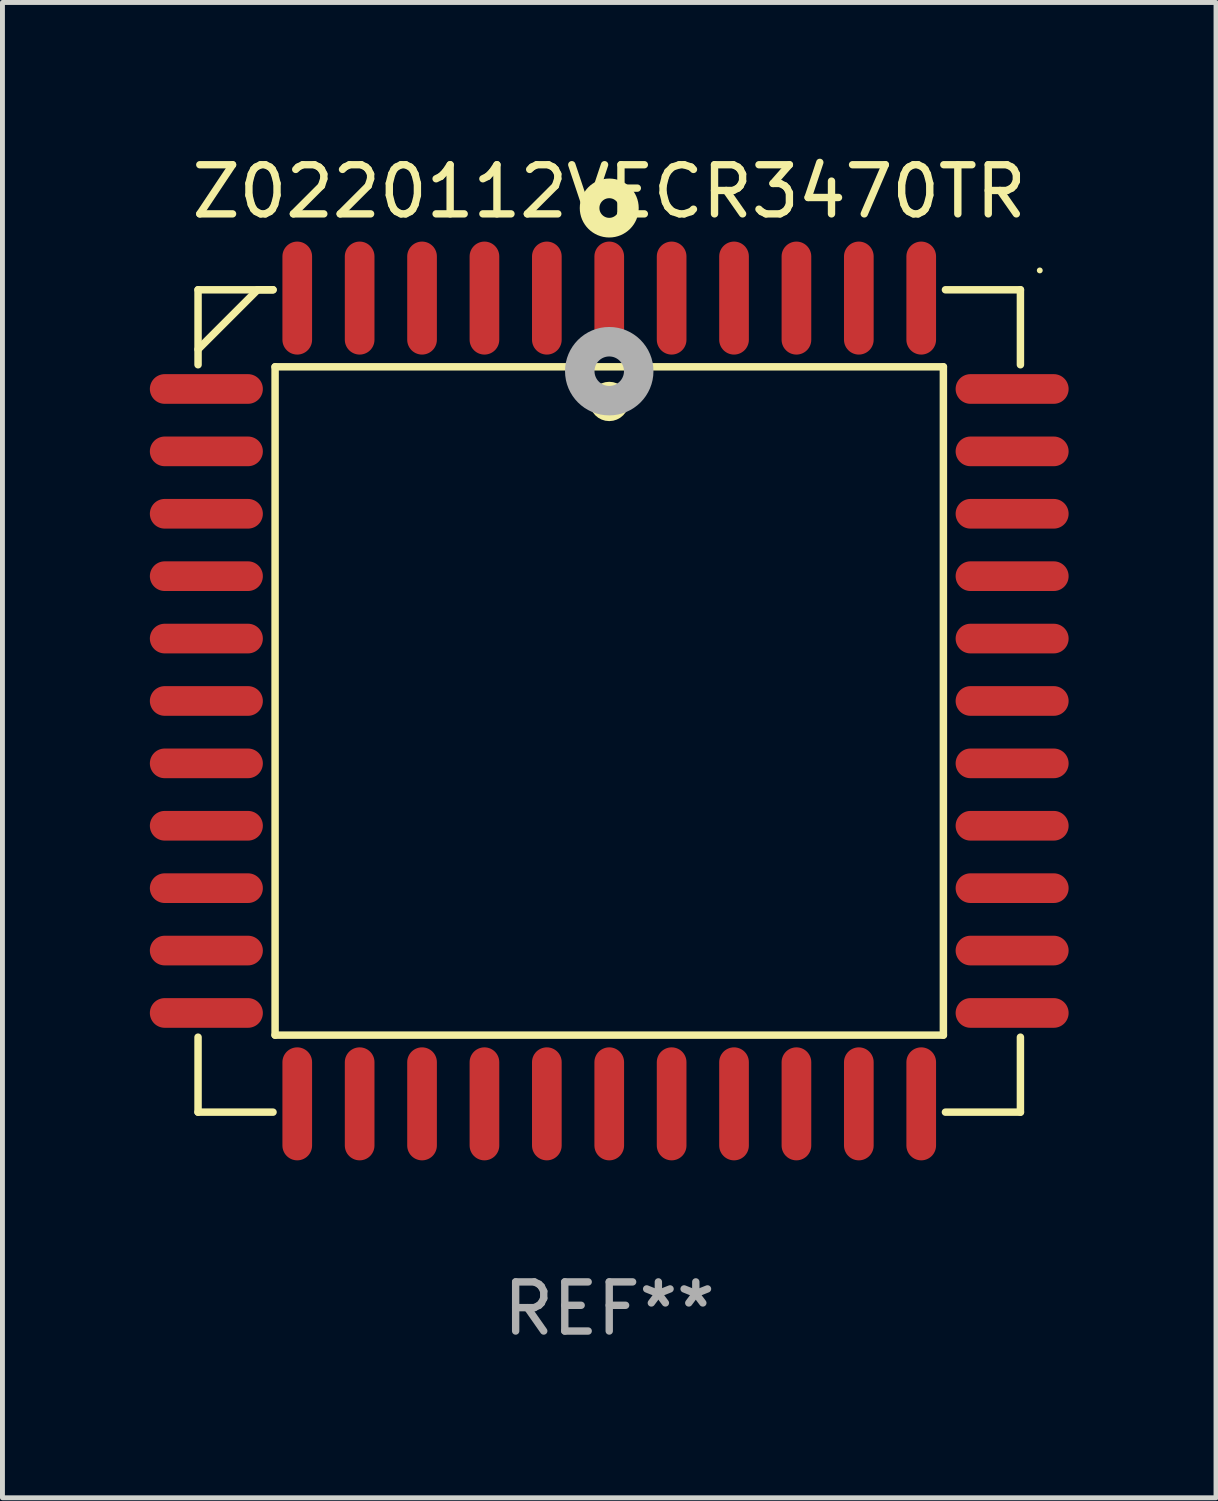
<source format=kicad_pcb>
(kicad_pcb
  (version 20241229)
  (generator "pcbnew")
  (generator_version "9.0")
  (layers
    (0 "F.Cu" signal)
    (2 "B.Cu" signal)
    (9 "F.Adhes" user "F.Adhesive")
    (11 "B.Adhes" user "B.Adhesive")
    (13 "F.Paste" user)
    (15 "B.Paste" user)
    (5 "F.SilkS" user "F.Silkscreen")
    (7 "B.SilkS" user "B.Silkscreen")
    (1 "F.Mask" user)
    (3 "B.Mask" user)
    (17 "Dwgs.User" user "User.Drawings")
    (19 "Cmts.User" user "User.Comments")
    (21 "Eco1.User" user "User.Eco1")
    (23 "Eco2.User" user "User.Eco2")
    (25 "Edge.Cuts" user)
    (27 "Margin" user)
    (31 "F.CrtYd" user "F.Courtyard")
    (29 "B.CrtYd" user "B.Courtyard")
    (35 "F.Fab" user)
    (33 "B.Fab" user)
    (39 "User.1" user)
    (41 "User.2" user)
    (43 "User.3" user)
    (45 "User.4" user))
  (footprint "Z0220112VECR3470TR"
    (layer "F.Cu")
    (at 9.35 11.217)
    (property "Reference" "Z0220112VECR3470TR" (at 0 -10.369 0) (layer "F.SilkS") (effects (font (size 1 1) (thickness 0.15))))
    (attr through_hole)
    (fp_line (start -8.369 -8.369) (end -8.369 -6.843) (stroke (width 0.152) (type solid)) (layer "F.SilkS"))
    (fp_line (start -8.369 8.369) (end -8.369 6.843) (stroke (width 0.152) (type solid)) (layer "F.SilkS"))
    (fp_line (start -7.156 -8.369) (end -8.369 -7.156) (stroke (width 0.152) (type solid)) (layer "F.SilkS"))
    (fp_line (start -6.843 -8.369) (end -8.369 -8.369) (stroke (width 0.152) (type solid)) (layer "F.SilkS"))
    (fp_line (start -6.843 -8.369) (end -7.156 -8.369) (stroke (width 0.152) (type solid)) (layer "F.SilkS"))
    (fp_line (start -6.843 8.369) (end -8.369 8.369) (stroke (width 0.152) (type solid)) (layer "F.SilkS"))
    (fp_line (start -6.801 -6.801) (end 6.801 -6.801) (stroke (width 0.152) (type solid)) (layer "F.SilkS"))
    (fp_line (start -6.801 6.801) (end -6.801 -6.801) (stroke (width 0.152) (type solid)) (layer "F.SilkS"))
    (fp_line (start 6.801 -6.801) (end 6.801 6.801) (stroke (width 0.152) (type solid)) (layer "F.SilkS"))
    (fp_line (start 6.801 6.801) (end -6.801 6.801) (stroke (width 0.152) (type solid)) (layer "F.SilkS"))
    (fp_line (start 6.843 -8.369) (end 8.369 -8.369) (stroke (width 0.152) (type solid)) (layer "F.SilkS"))
    (fp_line (start 6.843 8.369) (end 8.369 8.369) (stroke (width 0.152) (type solid)) (layer "F.SilkS"))
    (fp_line (start 8.369 -8.369) (end 8.369 -6.843) (stroke (width 0.152) (type solid)) (layer "F.SilkS"))
    (fp_line (start 8.369 8.369) (end 8.369 6.843) (stroke (width 0.152) (type solid)) (layer "F.SilkS"))
    (fp_circle (center -0.000013 -6.096) (end 0.2 -6.096) (stroke (width 0.4) (type solid)) (fill no) (layer "F.SilkS"))
    (fp_circle (center 0.000114 -10.033) (end 0.2 -10.033) (stroke (width 0.4) (type solid)) (fill no) (layer "F.SilkS"))
    (fp_circle (center 8.763 -8.763) (end 8.793 -8.763) (stroke (width 0.06) (type solid)) (fill no) (layer "F.SilkS"))
    (fp_circle (center 0.000114 -6.712) (end 0.3 -6.712) (stroke (width 0.6) (type solid)) (fill no) (layer "F.Fab"))
    (fp_text user "REF**" (at 0 12.369 0) (layer "F.Fab") (effects (font (size 1 1) (thickness 0.15))))
    (pad "1" smd oval (at 0.000114 -8.2) (size 0.604 2.3) (layers "F.Cu" "F.Mask" "F.Paste"))
    (pad "2" smd oval (at -1.27 -8.2) (size 0.604 2.3) (layers "F.Cu" "F.Mask" "F.Paste"))
    (pad "3" smd oval (at -2.54 -8.2) (size 0.604 2.3) (layers "F.Cu" "F.Mask" "F.Paste"))
    (pad "4" smd oval (at -3.81 -8.2) (size 0.604 2.3) (layers "F.Cu" "F.Mask" "F.Paste"))
    (pad "5" smd oval (at -5.08 -8.2) (size 0.604 2.3) (layers "F.Cu" "F.Mask" "F.Paste"))
    (pad "6" smd oval (at -6.35 -8.2) (size 0.604 2.3) (layers "F.Cu" "F.Mask" "F.Paste"))
    (pad "7" smd oval (at -8.2 -6.35) (size 2.3 0.604) (layers "F.Cu" "F.Mask" "F.Paste"))
    (pad "8" smd oval (at -8.2 -5.08) (size 2.3 0.604) (layers "F.Cu" "F.Mask" "F.Paste"))
    (pad "9" smd oval (at -8.2 -3.81) (size 2.3 0.604) (layers "F.Cu" "F.Mask" "F.Paste"))
    (pad "10" smd oval (at -8.2 -2.54) (size 2.3 0.604) (layers "F.Cu" "F.Mask" "F.Paste"))
    (pad "11" smd oval (at -8.2 -1.27) (size 2.3 0.604) (layers "F.Cu" "F.Mask" "F.Paste"))
    (pad "12" smd oval (at -8.2 0.000127) (size 2.3 0.604) (layers "F.Cu" "F.Mask" "F.Paste"))
    (pad "13" smd oval (at -8.2 1.27) (size 2.3 0.604) (layers "F.Cu" "F.Mask" "F.Paste"))
    (pad "14" smd oval (at -8.2 2.54) (size 2.3 0.604) (layers "F.Cu" "F.Mask" "F.Paste"))
    (pad "15" smd oval (at -8.2 3.81) (size 2.3 0.604) (layers "F.Cu" "F.Mask" "F.Paste"))
    (pad "16" smd oval (at -8.2 5.08) (size 2.3 0.604) (layers "F.Cu" "F.Mask" "F.Paste"))
    (pad "17" smd oval (at -8.2 6.35) (size 2.3 0.604) (layers "F.Cu" "F.Mask" "F.Paste"))
    (pad "18" smd oval (at -6.35 8.2) (size 0.604 2.3) (layers "F.Cu" "F.Mask" "F.Paste"))
    (pad "19" smd oval (at -5.08 8.2) (size 0.604 2.3) (layers "F.Cu" "F.Mask" "F.Paste"))
    (pad "20" smd oval (at -3.81 8.2) (size 0.604 2.3) (layers "F.Cu" "F.Mask" "F.Paste"))
    (pad "21" smd oval (at -2.54 8.2) (size 0.604 2.3) (layers "F.Cu" "F.Mask" "F.Paste"))
    (pad "22" smd oval (at -1.27 8.2) (size 0.604 2.3) (layers "F.Cu" "F.Mask" "F.Paste"))
    (pad "23" smd oval (at 0.000114 8.2) (size 0.604 2.3) (layers "F.Cu" "F.Mask" "F.Paste"))
    (pad "24" smd oval (at 1.27 8.2) (size 0.604 2.3) (layers "F.Cu" "F.Mask" "F.Paste"))
    (pad "25" smd oval (at 2.54 8.2) (size 0.604 2.3) (layers "F.Cu" "F.Mask" "F.Paste"))
    (pad "26" smd oval (at 3.81 8.2) (size 0.604 2.3) (layers "F.Cu" "F.Mask" "F.Paste"))
    (pad "27" smd oval (at 5.08 8.2) (size 0.604 2.3) (layers "F.Cu" "F.Mask" "F.Paste"))
    (pad "28" smd oval (at 6.35 8.2) (size 0.604 2.3) (layers "F.Cu" "F.Mask" "F.Paste"))
    (pad "29" smd oval (at 8.2 6.35) (size 2.3 0.604) (layers "F.Cu" "F.Mask" "F.Paste"))
    (pad "30" smd oval (at 8.2 5.08) (size 2.3 0.604) (layers "F.Cu" "F.Mask" "F.Paste"))
    (pad "31" smd oval (at 8.2 3.81) (size 2.3 0.604) (layers "F.Cu" "F.Mask" "F.Paste"))
    (pad "32" smd oval (at 8.2 2.54) (size 2.3 0.604) (layers "F.Cu" "F.Mask" "F.Paste"))
    (pad "33" smd oval (at 8.2 1.27) (size 2.3 0.604) (layers "F.Cu" "F.Mask" "F.Paste"))
    (pad "34" smd oval (at 8.2 0.000127) (size 2.3 0.604) (layers "F.Cu" "F.Mask" "F.Paste"))
    (pad "35" smd oval (at 8.2 -1.27) (size 2.3 0.604) (layers "F.Cu" "F.Mask" "F.Paste"))
    (pad "36" smd oval (at 8.2 -2.54) (size 2.3 0.604) (layers "F.Cu" "F.Mask" "F.Paste"))
    (pad "37" smd oval (at 8.2 -3.81) (size 2.3 0.604) (layers "F.Cu" "F.Mask" "F.Paste"))
    (pad "38" smd oval (at 8.2 -5.08) (size 2.3 0.604) (layers "F.Cu" "F.Mask" "F.Paste"))
    (pad "39" smd oval (at 8.2 -6.35) (size 2.3 0.604) (layers "F.Cu" "F.Mask" "F.Paste"))
    (pad "40" smd oval (at 6.35 -8.2) (size 0.604 2.3) (layers "F.Cu" "F.Mask" "F.Paste"))
    (pad "41" smd oval (at 5.08 -8.2) (size 0.604 2.3) (layers "F.Cu" "F.Mask" "F.Paste"))
    (pad "42" smd oval (at 3.81 -8.2) (size 0.604 2.3) (layers "F.Cu" "F.Mask" "F.Paste"))
    (pad "43" smd oval (at 2.54 -8.2) (size 0.604 2.3) (layers "F.Cu" "F.Mask" "F.Paste"))
    (pad "44" smd oval (at 1.27 -8.2) (size 0.604 2.3) (layers "F.Cu" "F.Mask" "F.Paste")))
  (gr_rect
    (start -3 -3)
    (end 21.7 27.435)
    (stroke (width 0.1) (type default))
    (fill no)
    (layer "Edge.Cuts")))
</source>
